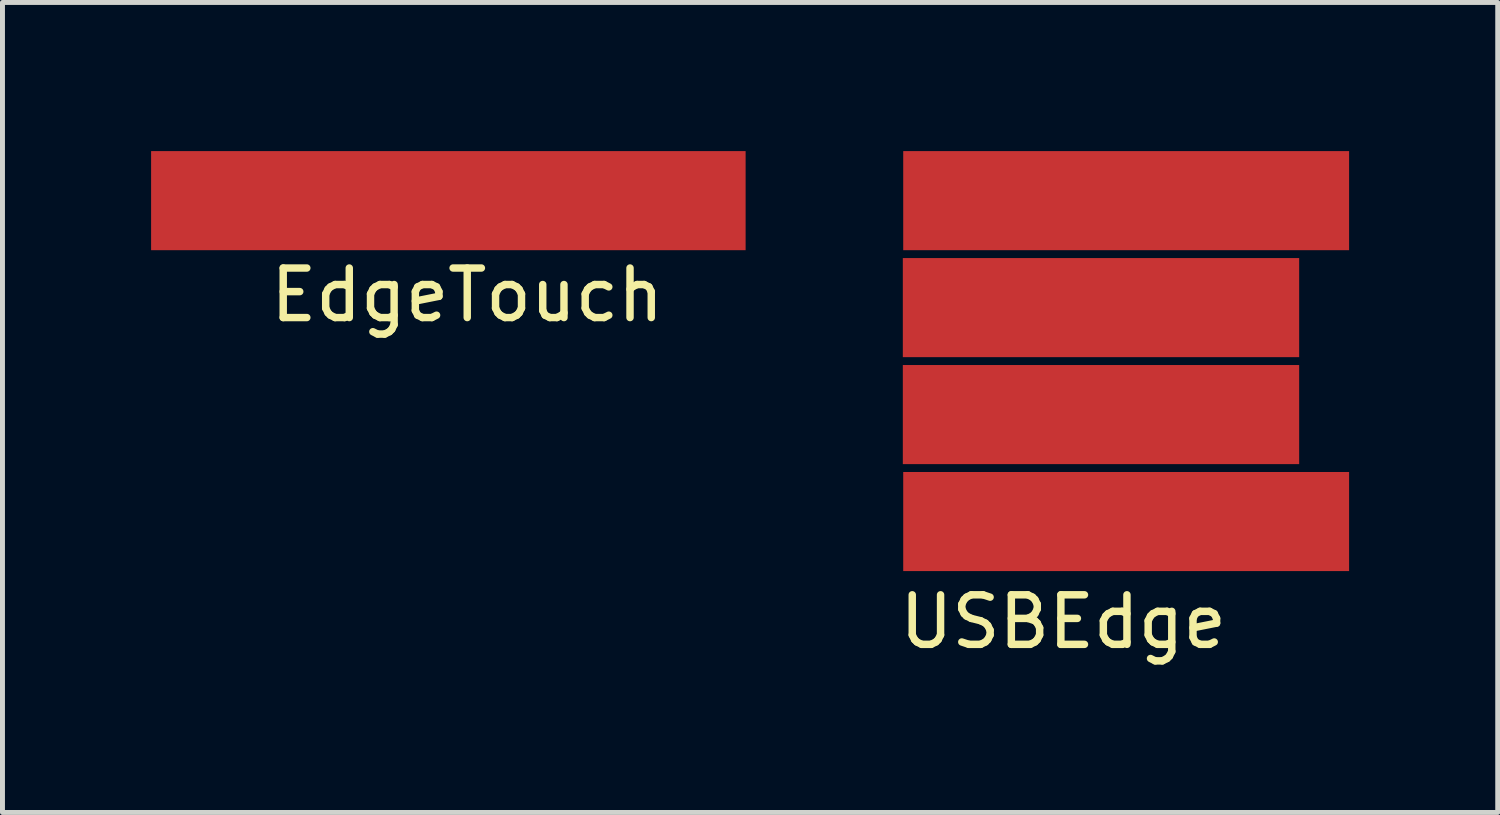
<source format=kicad_pcb>
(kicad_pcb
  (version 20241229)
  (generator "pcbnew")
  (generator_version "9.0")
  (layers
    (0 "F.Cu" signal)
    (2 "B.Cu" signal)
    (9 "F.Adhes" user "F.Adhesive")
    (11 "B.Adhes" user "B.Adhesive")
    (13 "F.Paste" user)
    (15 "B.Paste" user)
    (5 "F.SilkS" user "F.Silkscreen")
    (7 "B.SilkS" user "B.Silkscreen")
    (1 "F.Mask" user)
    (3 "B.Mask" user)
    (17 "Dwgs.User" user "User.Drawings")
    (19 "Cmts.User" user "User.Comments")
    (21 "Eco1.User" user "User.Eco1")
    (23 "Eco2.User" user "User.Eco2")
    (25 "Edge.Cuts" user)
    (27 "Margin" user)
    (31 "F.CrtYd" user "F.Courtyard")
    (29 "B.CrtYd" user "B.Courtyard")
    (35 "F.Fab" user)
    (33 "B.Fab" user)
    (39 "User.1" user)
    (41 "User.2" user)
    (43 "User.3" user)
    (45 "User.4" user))
  (footprint "USBEdge"
    (layer "F.Cu")
    (at 19.173 4.302)
    (property "Reference" "USBEdge" (at -0.762 5.199 0) (layer "F.SilkS") (effects (font (size 1 1) (thickness 0.15))))
    (attr through_hole)
    (pad "1" connect rect (at 0.508 -3.302) (size 9 2) (layers "F.Cu" "F.Mask"))
    (pad "2" connect rect (at 0 -1.143) (size 8 2) (layers "F.Cu" "F.Mask"))
    (pad "3" connect rect (at 0 1.016) (size 8 2) (layers "F.Cu" "F.Mask"))
    (pad "4" connect rect (at 0.508 3.175) (size 9 2) (layers "F.Cu" "F.Mask"))
    (pad "5" connect rect (at -3.429 3.048) (size 1 1) (layers "F.Cu" "F.Mask")))
  (footprint "EdgeTouch"
    (layer "F.Cu")
    (at 6 1)
    (property "Reference" "EdgeTouch" (at 0.381 1.905 0) (layer "F.SilkS") (effects (font (size 1 1) (thickness 0.15))))
    (attr through_hole)
    (pad "1" connect rect (at 0 0) (size 12 2) (layers "F.Cu" "F.Mask")))
  (gr_rect
    (start -3 -3)
    (end 27.181 13.349)
    (stroke (width 0.1) (type default))
    (fill no)
    (layer "Edge.Cuts")))
</source>
